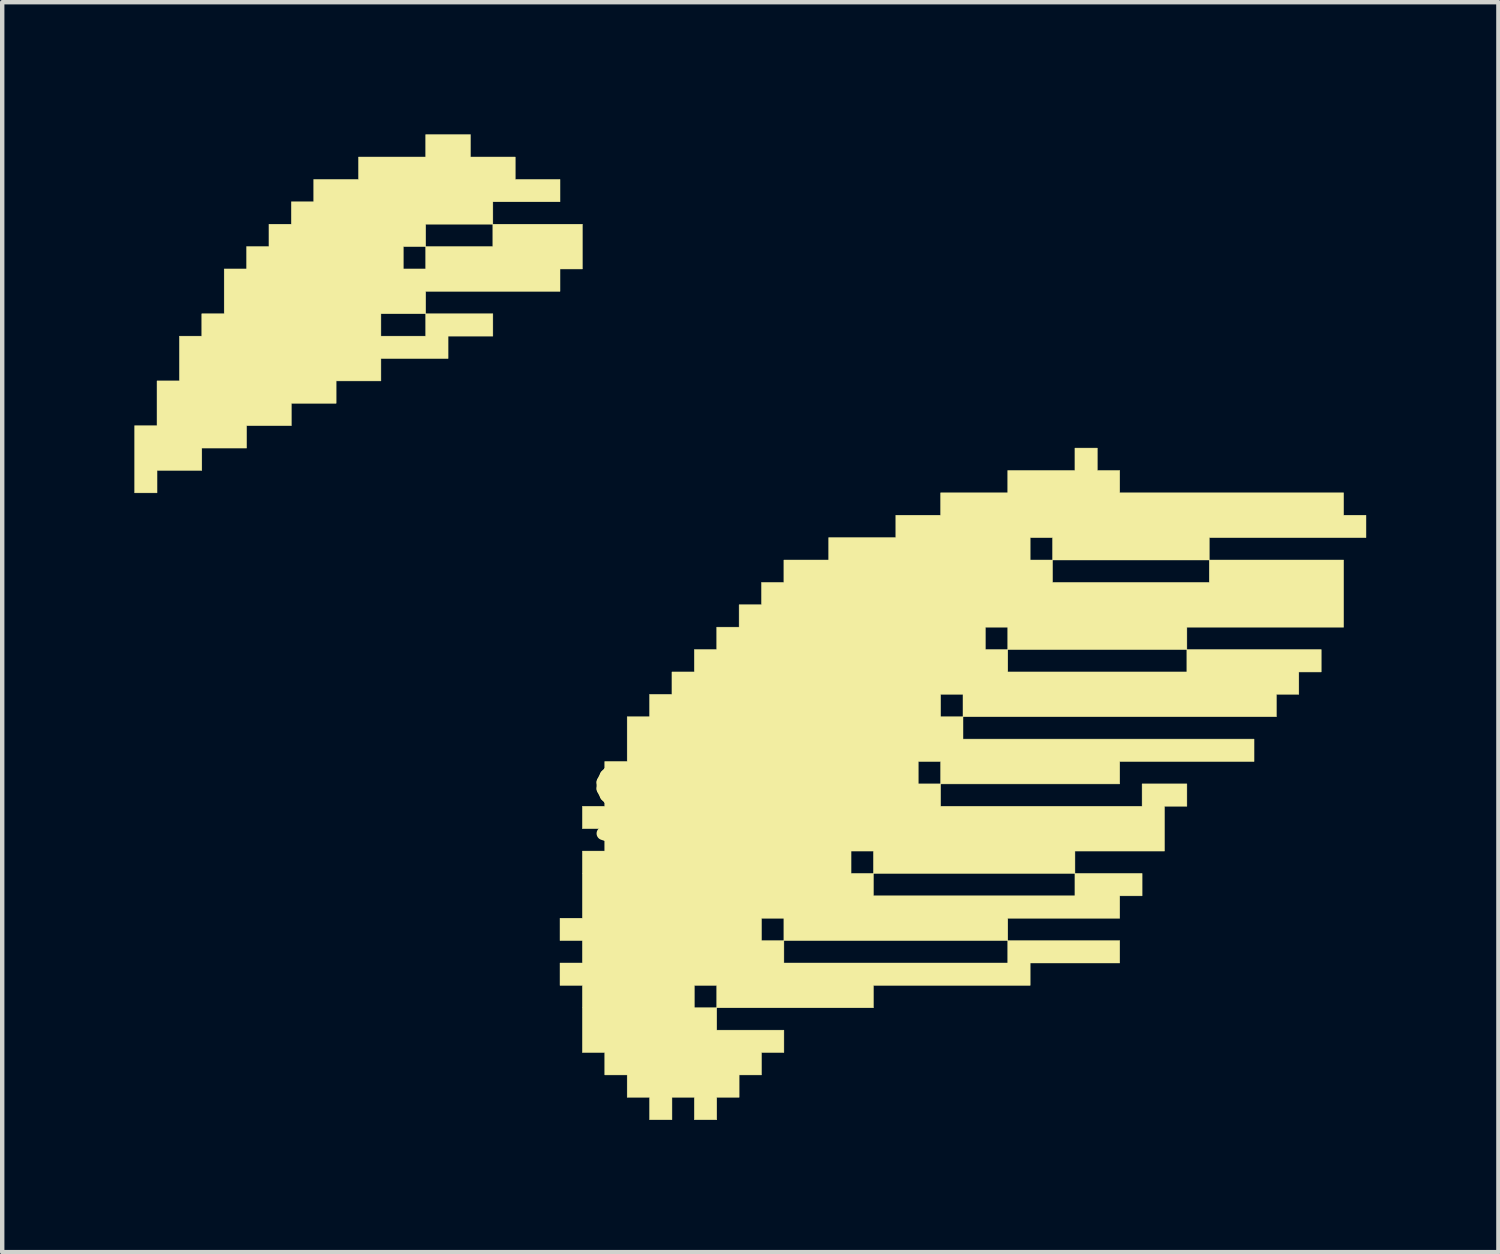
<source format=kicad_pcb>
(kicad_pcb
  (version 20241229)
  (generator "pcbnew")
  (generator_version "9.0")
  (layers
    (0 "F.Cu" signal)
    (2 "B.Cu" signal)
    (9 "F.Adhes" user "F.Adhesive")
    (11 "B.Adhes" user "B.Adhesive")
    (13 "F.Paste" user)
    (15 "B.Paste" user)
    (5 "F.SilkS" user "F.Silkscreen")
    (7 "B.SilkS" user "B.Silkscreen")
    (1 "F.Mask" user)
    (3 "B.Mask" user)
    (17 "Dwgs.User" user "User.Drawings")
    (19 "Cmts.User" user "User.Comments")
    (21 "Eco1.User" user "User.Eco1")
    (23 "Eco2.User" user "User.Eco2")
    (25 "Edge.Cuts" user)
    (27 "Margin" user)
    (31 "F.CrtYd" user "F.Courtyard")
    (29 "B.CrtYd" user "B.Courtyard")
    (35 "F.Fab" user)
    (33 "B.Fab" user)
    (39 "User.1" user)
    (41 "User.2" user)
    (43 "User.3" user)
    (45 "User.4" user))
  (footprint "Silk"
    (layer "F.Cu")
    (at 12.451 15.245)
    (property "Reference" "Silk" (at 0 0 0) (layer "F.SilkS") (effects (font (size 1.524 1.524) (thickness 0.3))))
    (attr through_hole)
    (fp_poly (pts (xy -2.286 -13.208) (xy -2.286 -12.192) (xy -2.794 -12.192) (xy -2.794 -11.684) (xy -5.842 -11.684) (xy -5.842 -11.176) (xy -4.318 -11.176) (xy -4.318 -10.668) (xy -5.334 -10.668) (xy -5.334 -10.16) (xy -6.858 -10.16) (xy -6.858 -9.652) (xy -7.874 -9.652) (xy -7.874 -9.144) (xy -8.89 -9.144) (xy -8.89 -8.636) (xy -9.906 -8.636) (xy -9.906 -8.128) (xy -10.922 -8.128) (xy -10.922 -7.62) (xy -11.938 -7.62) (xy -11.938 -7.112) (xy -12.446 -7.112) (xy -12.446 -8.636) (xy -11.938 -8.636) (xy -11.938 -9.652) (xy -11.43 -9.652) (xy -11.43 -10.668) (xy -10.922 -10.668) (xy -10.922 -11.176) (xy -10.414 -11.176) (xy -6.858 -11.176) (xy -6.858 -10.668) (xy -5.842 -10.668) (xy -5.842 -11.176) (xy -6.858 -11.176) (xy -10.414 -11.176) (xy -10.414 -12.192) (xy -9.906 -12.192) (xy -9.906 -12.7) (xy -9.398 -12.7) (xy -6.35 -12.7) (xy -6.35 -12.192) (xy -5.842 -12.192) (xy -5.842 -12.7) (xy -6.35 -12.7) (xy -9.398 -12.7) (xy -9.398 -13.208) (xy -8.89 -13.208) (xy -5.842 -13.208) (xy -5.842 -12.7) (xy -4.318 -12.7) (xy -4.318 -13.208) (xy -5.842 -13.208) (xy -8.89 -13.208) (xy -8.89 -13.716) (xy -8.382 -13.716) (xy -8.382 -14.224) (xy -7.366 -14.224) (xy -7.366 -14.732) (xy -5.842 -14.732) (xy -5.842 -15.24) (xy -4.826 -15.24) (xy -4.826 -14.732) (xy -3.81 -14.732) (xy -3.81 -14.224) (xy -2.794 -14.224) (xy -2.794 -13.716) (xy -4.318 -13.716) (xy -4.318 -13.208) (xy -2.286 -13.208)) (stroke (width 0.01) (type solid)) (fill yes) (layer "F.SilkS"))
    (fp_poly (pts (xy 9.398 -7.62) (xy 9.906 -7.62) (xy 9.906 -7.112) (xy 14.986 -7.112) (xy 14.986 -6.604) (xy 15.494 -6.604) (xy 15.494 -6.096) (xy 11.938 -6.096) (xy 11.938 -5.588) (xy 14.986 -5.588) (xy 14.986 -4.064) (xy 11.43 -4.064) (xy 11.43 -3.556) (xy 14.478 -3.556) (xy 14.478 -3.048) (xy 13.97 -3.048) (xy 13.97 -2.54) (xy 13.462 -2.54) (xy 13.462 -2.032) (xy 6.35 -2.032) (xy 6.35 -1.524) (xy 12.954 -1.524) (xy 12.954 -1.016) (xy 9.906 -1.016) (xy 9.906 -0.508) (xy 5.842 -0.508) (xy 5.842 0) (xy 10.414 0) (xy 10.414 -0.508) (xy 11.43 -0.508) (xy 11.43 0) (xy 10.922 0) (xy 10.922 1.016) (xy 8.89 1.016) (xy 8.89 1.524) (xy 10.414 1.524) (xy 10.414 2.032) (xy 9.906 2.032) (xy 9.906 2.54) (xy 7.366 2.54) (xy 7.366 3.048) (xy 9.906 3.048) (xy 9.906 3.556) (xy 7.874 3.556) (xy 7.874 4.064) (xy 4.318 4.064) (xy 4.318 4.572) (xy 0.762 4.572) (xy 0.762 5.08) (xy 2.286 5.08) (xy 2.286 5.588) (xy 1.778 5.588) (xy 1.778 6.096) (xy 1.27 6.096) (xy 1.27 6.604) (xy 0.762 6.604) (xy 0.762 7.112) (xy 0.254 7.112) (xy 0.254 6.604) (xy -0.254 6.604) (xy -0.254 7.112) (xy -0.762 7.112) (xy -0.762 6.604) (xy -1.27 6.604) (xy -1.27 6.096) (xy -1.778 6.096) (xy -1.778 5.588) (xy -2.286 5.588) (xy -2.286 4.064) (xy 0.254 4.064) (xy 0.254 4.572) (xy 0.762 4.572) (xy 0.762 4.064) (xy 0.254 4.064) (xy -2.286 4.064) (xy -2.794 4.064) (xy -2.794 3.556) (xy -2.286 3.556) (xy 2.286 3.556) (xy 7.366 3.556) (xy 7.366 3.048) (xy 2.286 3.048) (xy 2.286 3.556) (xy -2.286 3.556) (xy -2.286 3.048) (xy -2.794 3.048) (xy -2.794 2.54) (xy -2.286 2.54) (xy 1.778 2.54) (xy 1.778 3.048) (xy 2.286 3.048) (xy 2.286 2.54) (xy 1.778 2.54) (xy -2.286 2.54) (xy -2.286 2.032) (xy 4.318 2.032) (xy 8.89 2.032) (xy 8.89 1.524) (xy 4.318 1.524) (xy 4.318 2.032) (xy -2.286 2.032) (xy -2.286 1.016) (xy -1.778 1.016) (xy 3.81 1.016) (xy 3.81 1.524) (xy 4.318 1.524) (xy 4.318 1.016) (xy 3.81 1.016) (xy -1.778 1.016) (xy -1.778 0.508) (xy -2.286 0.508) (xy -2.286 0) (xy -1.778 0) (xy -1.778 -1.016) (xy -1.27 -1.016) (xy 5.334 -1.016) (xy 5.334 -0.508) (xy 5.842 -0.508) (xy 5.842 -1.016) (xy 5.334 -1.016) (xy -1.27 -1.016) (xy -1.27 -2.032) (xy -0.762 -2.032) (xy -0.762 -2.54) (xy -0.254 -2.54) (xy 5.842 -2.54) (xy 5.842 -2.032) (xy 6.35 -2.032) (xy 6.35 -2.54) (xy 5.842 -2.54) (xy -0.254 -2.54) (xy -0.254 -3.048) (xy 0.254 -3.048) (xy 7.366 -3.048) (xy 11.43 -3.048) (xy 11.43 -3.556) (xy 7.366 -3.556) (xy 7.366 -3.048) (xy 0.254 -3.048) (xy 0.254 -3.556) (xy 0.762 -3.556) (xy 0.762 -4.064) (xy 1.27 -4.064) (xy 6.858 -4.064) (xy 6.858 -3.556) (xy 7.366 -3.556) (xy 7.366 -4.064) (xy 6.858 -4.064) (xy 1.27 -4.064) (xy 1.27 -4.572) (xy 1.778 -4.572) (xy 1.778 -5.08) (xy 2.286 -5.08) (xy 8.382 -5.08) (xy 11.938 -5.08) (xy 11.938 -5.588) (xy 8.382 -5.588) (xy 8.382 -5.08) (xy 2.286 -5.08) (xy 2.286 -5.588) (xy 3.302 -5.588) (xy 3.302 -6.096) (xy 4.826 -6.096) (xy 7.874 -6.096) (xy 7.874 -5.588) (xy 8.382 -5.588) (xy 8.382 -6.096) (xy 7.874 -6.096) (xy 4.826 -6.096) (xy 4.826 -6.604) (xy 5.842 -6.604) (xy 5.842 -7.112) (xy 7.366 -7.112) (xy 7.366 -7.62) (xy 8.89 -7.62) (xy 8.89 -8.128) (xy 9.398 -8.128) (xy 9.398 -7.62)) (stroke (width 0.01) (type solid)) (fill yes) (layer "F.SilkS")))
  (gr_rect
    (start -3 -3)
    (end 30.95 25.362)
    (stroke (width 0.1) (type default))
    (fill no)
    (layer "Edge.Cuts")))
</source>
